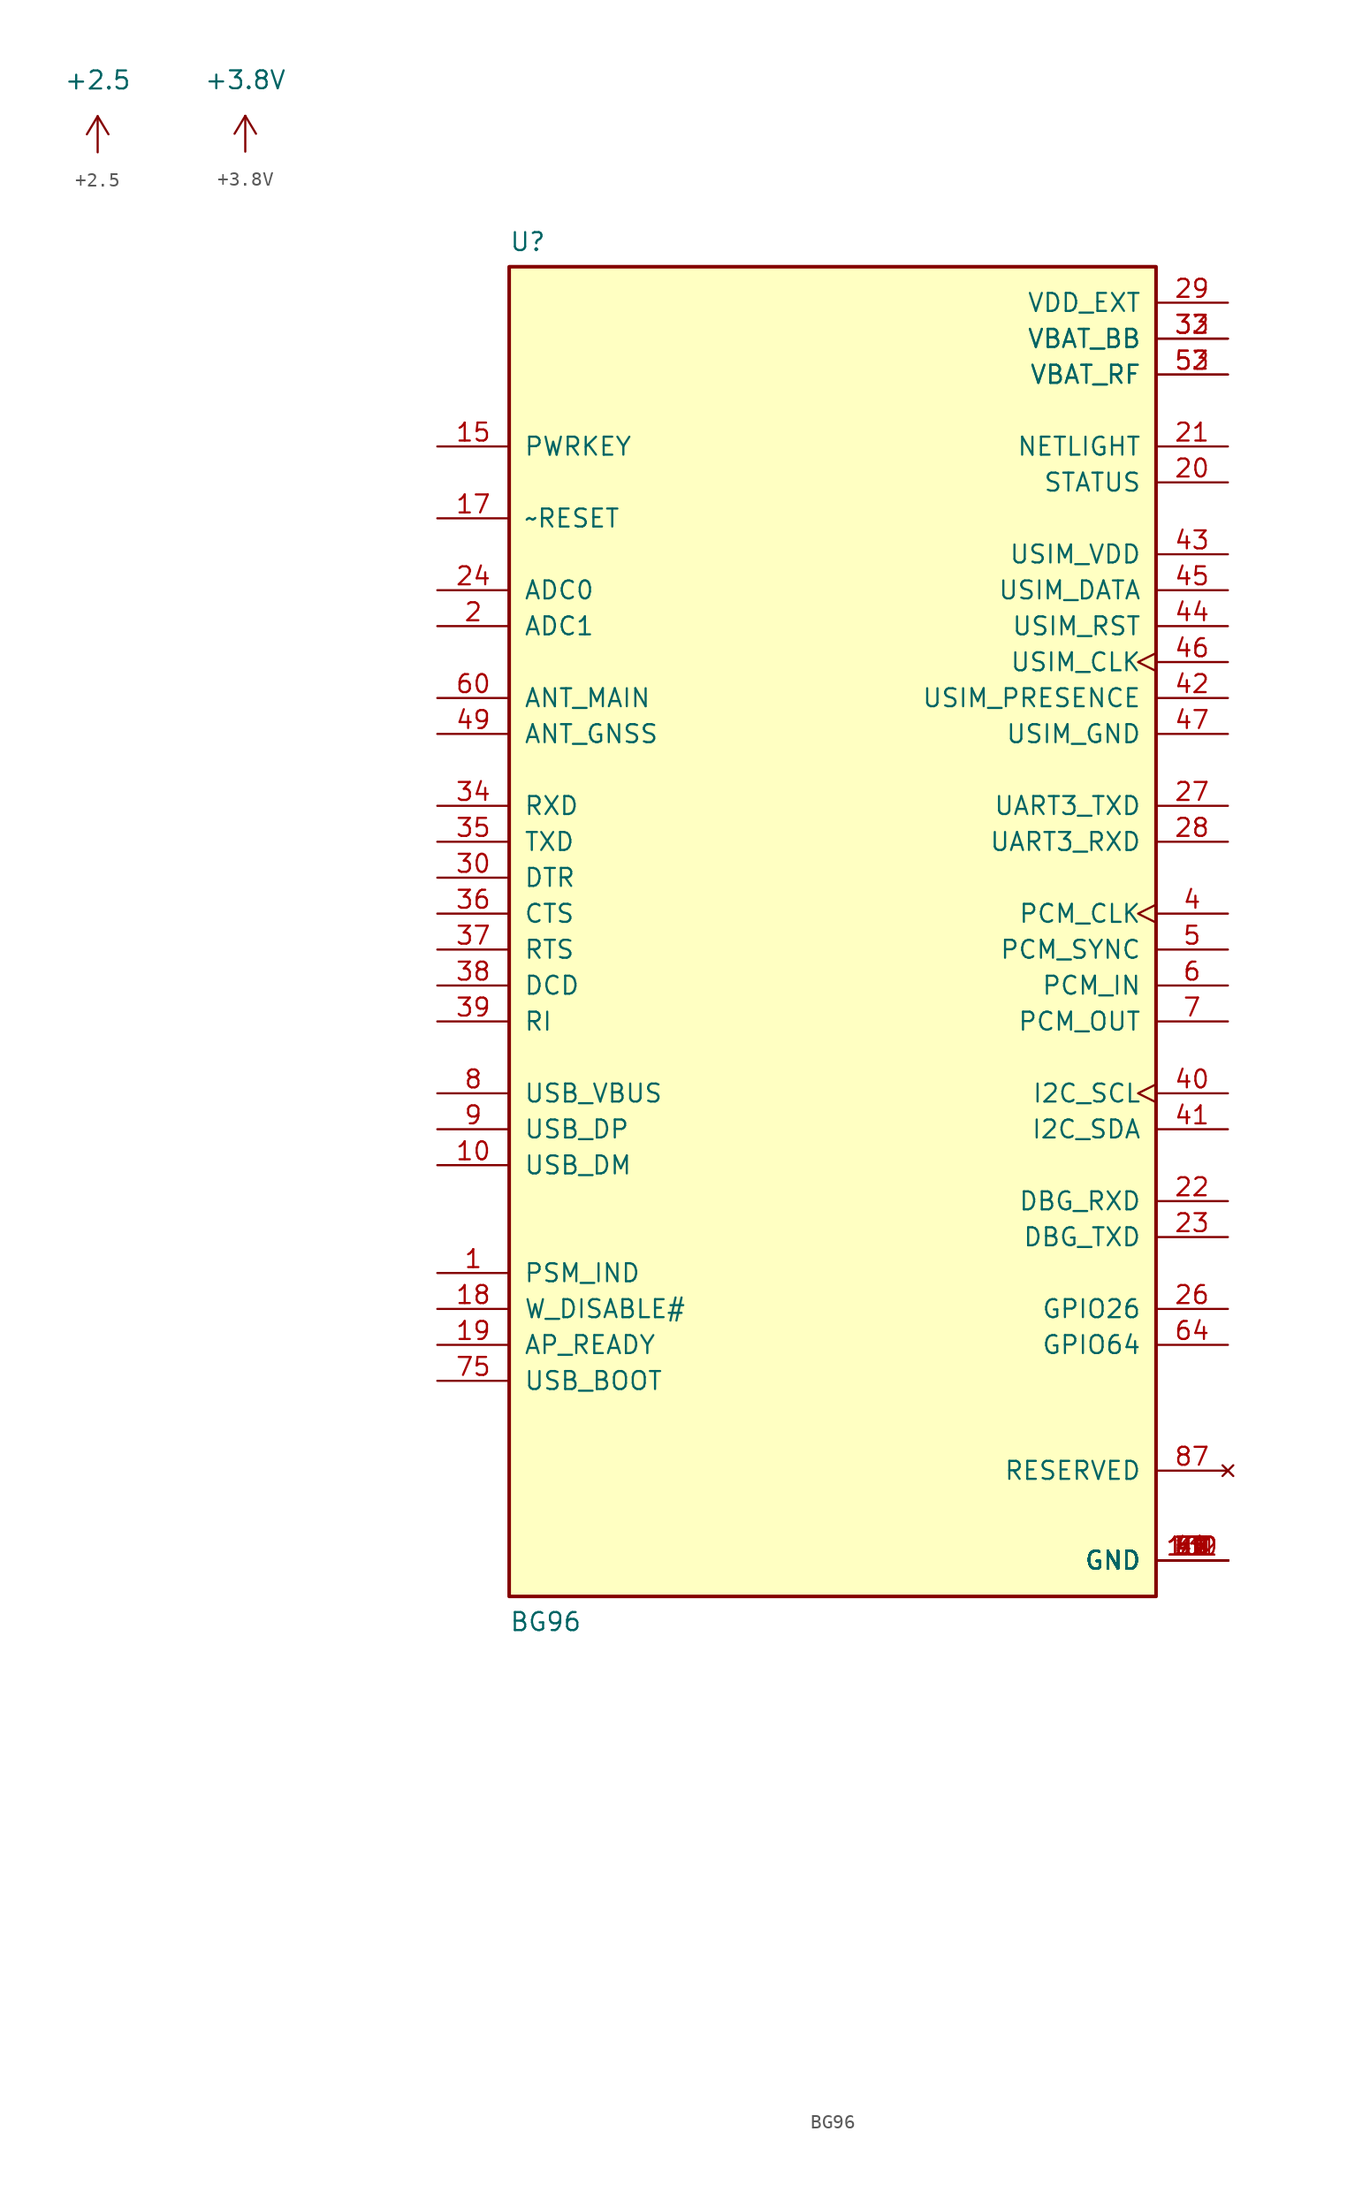
<source format=kicad_sym>
(kicad_symbol_lib
  (version 20211014)
  (generator kicad_symbol_editor)
  (symbol "+2.5"
    (power)
    (pin_names
      (offset 0))
    (property "Reference" "#PWR?"
      (at 0 -3.81 0)
      (effects (font (size 1.27 1.27)) hide))
    (property "Value" "+2.5"
      (at 0 5.08 0)
      (effects (font (size 1.27 1.27))))
    (symbol "+2.5_0_1"
      (polyline (pts (xy -0.762 1.27) (xy 0 2.54)) (stroke (width 0) (type default) (color 0 0 0 0)) (fill (type none)))
      (polyline (pts (xy 0 0) (xy 0 2.54)) (stroke (width 0) (type default) (color 0 0 0 0)) (fill (type none)))
      (polyline (pts (xy 0 2.54) (xy 0.762 1.27)) (stroke (width 0) (type default) (color 0 0 0 0)) (fill (type none))))
    (symbol "+2.5_1_1"
      (pin power_in line (at 0 0 90) (length 0) hide (name "+2V5" (effects (font (size 1.27 1.27)))) (number "1" (effects (font (size 1.27 1.27)))))))
  (symbol "+3.8V"
    (power)
    (pin_names
      (offset 0))
    (property "Reference" "#PWR0117"
      (at 0 -3.81 0)
      (effects (font (size 1.27 1.27)) hide))
    (property "Value" "+3.8V"
      (at 0 5.08 0)
      (effects (font (size 1.27 1.27))))
    (symbol "+3.8V_0_1"
      (polyline (pts (xy -0.762 1.27) (xy 0 2.54)) (stroke (width 0) (type default) (color 0 0 0 0)) (fill (type none)))
      (polyline (pts (xy 0 0) (xy 0 2.54)) (stroke (width 0) (type default) (color 0 0 0 0)) (fill (type none)))
      (polyline (pts (xy 0 2.54) (xy 0.762 1.27)) (stroke (width 0) (type default) (color 0 0 0 0)) (fill (type none))))
    (symbol "+3.8V_1_1"
      (pin power_in line (at 0 0 90) (length 0) hide (name "+3V3" (effects (font (size 1.27 1.27)))) (number "1" (effects (font (size 1.27 1.27)))))))
  (symbol "BG96"
    (pin_names
      (offset 1.016))
    (property "Reference" "U"
      (at -22.86 46.736 0)
      (effects (font (size 1.27 1.27)) (justify left bottom)))
    (property "Value" "BG96"
      (at -22.86 -50.8 0)
      (effects (font (size 1.27 1.27)) (justify left bottom)))
    (symbol "BG96_0_0"
      (rectangle (start -22.86 -48.26) (end 22.86 45.72) (stroke (width 0.254) (type default) (color 0 0 0 0)) (fill (type background)))
      (pin output line (at -27.94 -25.4 0) (length 5.08) (name "PSM_IND" (effects (font (size 1.27 1.27)))) (number "1" (effects (font (size 1.27 1.27)))))
      (pin bidirectional line (at -27.94 -17.78 0) (length 5.08) (name "USB_DM" (effects (font (size 1.27 1.27)))) (number "10" (effects (font (size 1.27 1.27)))))
      (pin power_in line (at 27.94 -45.72 180) (length 5.08) (name "GND" (effects (font (size 1.27 1.27)))) (number "100" (effects (font (size 1.27 1.27)))))
      (pin power_in line (at 27.94 -45.72 180) (length 5.08) (name "GND" (effects (font (size 1.27 1.27)))) (number "101" (effects (font (size 1.27 1.27)))))
      (pin power_in line (at 27.94 -45.72 180) (length 5.08) (name "GND" (effects (font (size 1.27 1.27)))) (number "102" (effects (font (size 1.27 1.27)))))
      (pin no_connect line (at 27.94 -50.8 180) (length 5.08) hide (name "RESERVED" (effects (font (size 1.27 1.27)))) (number "11" (effects (font (size 1.27 1.27)))))
      (pin no_connect line (at 27.94 -52.07 180) (length 5.08) hide (name "RESERVED" (effects (font (size 1.27 1.27)))) (number "12" (effects (font (size 1.27 1.27)))))
      (pin no_connect line (at 27.94 -53.34 180) (length 5.08) hide (name "RESERVED" (effects (font (size 1.27 1.27)))) (number "13" (effects (font (size 1.27 1.27)))))
      (pin no_connect line (at 27.94 -54.61 180) (length 5.08) hide (name "RESERVED" (effects (font (size 1.27 1.27)))) (number "14" (effects (font (size 1.27 1.27)))))
      (pin input line (at -27.94 33.02 0) (length 5.08) (name "PWRKEY" (effects (font (size 1.27 1.27)))) (number "15" (effects (font (size 1.27 1.27)))))
      (pin no_connect line (at 27.94 -55.88 180) (length 5.08) hide (name "RESERVED" (effects (font (size 1.27 1.27)))) (number "16" (effects (font (size 1.27 1.27)))))
      (pin input line (at -27.94 27.94 0) (length 5.08) (name "~RESET" (effects (font (size 1.27 1.27)))) (number "17" (effects (font (size 1.27 1.27)))))
      (pin input line (at -27.94 -27.94 0) (length 5.08) (name "W_DISABLE#" (effects (font (size 1.27 1.27)))) (number "18" (effects (font (size 1.27 1.27)))))
      (pin input line (at -27.94 -30.48 0) (length 5.08) (name "AP_READY" (effects (font (size 1.27 1.27)))) (number "19" (effects (font (size 1.27 1.27)))))
      (pin input line (at -27.94 20.32 0) (length 5.08) (name "ADC1" (effects (font (size 1.27 1.27)))) (number "2" (effects (font (size 1.27 1.27)))))
      (pin output line (at 27.94 30.48 180) (length 5.08) (name "STATUS" (effects (font (size 1.27 1.27)))) (number "20" (effects (font (size 1.27 1.27)))))
      (pin output line (at 27.94 33.02 180) (length 5.08) (name "NETLIGHT" (effects (font (size 1.27 1.27)))) (number "21" (effects (font (size 1.27 1.27)))))
      (pin input line (at 27.94 -20.32 180) (length 5.08) (name "DBG_RXD" (effects (font (size 1.27 1.27)))) (number "22" (effects (font (size 1.27 1.27)))))
      (pin output line (at 27.94 -22.86 180) (length 5.08) (name "DBG_TXD" (effects (font (size 1.27 1.27)))) (number "23" (effects (font (size 1.27 1.27)))))
      (pin input line (at -27.94 22.86 0) (length 5.08) (name "ADC0" (effects (font (size 1.27 1.27)))) (number "24" (effects (font (size 1.27 1.27)))))
      (pin no_connect line (at 27.94 -57.15 180) (length 5.08) hide (name "RESERVED" (effects (font (size 1.27 1.27)))) (number "25" (effects (font (size 1.27 1.27)))))
      (pin bidirectional line (at 27.94 -27.94 180) (length 5.08) (name "GPIO26" (effects (font (size 1.27 1.27)))) (number "26" (effects (font (size 1.27 1.27)))))
      (pin output line (at 27.94 7.62 180) (length 5.08) (name "UART3_TXD" (effects (font (size 1.27 1.27)))) (number "27" (effects (font (size 1.27 1.27)))))
      (pin input line (at 27.94 5.08 180) (length 5.08) (name "UART3_RXD" (effects (font (size 1.27 1.27)))) (number "28" (effects (font (size 1.27 1.27)))))
      (pin power_in line (at 27.94 43.18 180) (length 5.08) (name "VDD_EXT" (effects (font (size 1.27 1.27)))) (number "29" (effects (font (size 1.27 1.27)))))
      (pin power_in line (at 27.94 -45.72 180) (length 5.08) (name "GND" (effects (font (size 1.27 1.27)))) (number "3" (effects (font (size 1.27 1.27)))))
      (pin input line (at -27.94 2.54 0) (length 5.08) (name "DTR" (effects (font (size 1.27 1.27)))) (number "30" (effects (font (size 1.27 1.27)))))
      (pin power_in line (at 27.94 -45.72 180) (length 5.08) (name "GND" (effects (font (size 1.27 1.27)))) (number "31" (effects (font (size 1.27 1.27)))))
      (pin power_in line (at 27.94 40.64 180) (length 5.08) (name "VBAT_BB" (effects (font (size 1.27 1.27)))) (number "32" (effects (font (size 1.27 1.27)))))
      (pin power_in line (at 27.94 40.64 180) (length 5.08) (name "VBAT_BB" (effects (font (size 1.27 1.27)))) (number "33" (effects (font (size 1.27 1.27)))))
      (pin input line (at -27.94 7.62 0) (length 5.08) (name "RXD" (effects (font (size 1.27 1.27)))) (number "34" (effects (font (size 1.27 1.27)))))
      (pin output line (at -27.94 5.08 0) (length 5.08) (name "TXD" (effects (font (size 1.27 1.27)))) (number "35" (effects (font (size 1.27 1.27)))))
      (pin output line (at -27.94 0 0) (length 5.08) (name "CTS" (effects (font (size 1.27 1.27)))) (number "36" (effects (font (size 1.27 1.27)))))
      (pin input line (at -27.94 -2.54 0) (length 5.08) (name "RTS" (effects (font (size 1.27 1.27)))) (number "37" (effects (font (size 1.27 1.27)))))
      (pin output line (at -27.94 -5.08 0) (length 5.08) (name "DCD" (effects (font (size 1.27 1.27)))) (number "38" (effects (font (size 1.27 1.27)))))
      (pin output line (at -27.94 -7.62 0) (length 5.08) (name "RI" (effects (font (size 1.27 1.27)))) (number "39" (effects (font (size 1.27 1.27)))))
      (pin output clock (at 27.94 0 180) (length 5.08) (name "PCM_CLK" (effects (font (size 1.27 1.27)))) (number "4" (effects (font (size 1.27 1.27)))))
      (pin output clock (at 27.94 -12.7 180) (length 5.08) (name "I2C_SCL" (effects (font (size 1.27 1.27)))) (number "40" (effects (font (size 1.27 1.27)))))
      (pin bidirectional line (at 27.94 -15.24 180) (length 5.08) (name "I2C_SDA" (effects (font (size 1.27 1.27)))) (number "41" (effects (font (size 1.27 1.27)))))
      (pin input line (at 27.94 15.24 180) (length 5.08) (name "USIM_PRESENCE" (effects (font (size 1.27 1.27)))) (number "42" (effects (font (size 1.27 1.27)))))
      (pin power_in line (at 27.94 25.4 180) (length 5.08) (name "USIM_VDD" (effects (font (size 1.27 1.27)))) (number "43" (effects (font (size 1.27 1.27)))))
      (pin output line (at 27.94 20.32 180) (length 5.08) (name "USIM_RST" (effects (font (size 1.27 1.27)))) (number "44" (effects (font (size 1.27 1.27)))))
      (pin bidirectional line (at 27.94 22.86 180) (length 5.08) (name "USIM_DATA" (effects (font (size 1.27 1.27)))) (number "45" (effects (font (size 1.27 1.27)))))
      (pin output clock (at 27.94 17.78 180) (length 5.08) (name "USIM_CLK" (effects (font (size 1.27 1.27)))) (number "46" (effects (font (size 1.27 1.27)))))
      (pin power_in line (at 27.94 12.7 180) (length 5.08) (name "USIM_GND" (effects (font (size 1.27 1.27)))) (number "47" (effects (font (size 1.27 1.27)))))
      (pin power_in line (at 27.94 -45.72 180) (length 5.08) (name "GND" (effects (font (size 1.27 1.27)))) (number "48" (effects (font (size 1.27 1.27)))))
      (pin input line (at -27.94 12.7 0) (length 5.08) (name "ANT_GNSS" (effects (font (size 1.27 1.27)))) (number "49" (effects (font (size 1.27 1.27)))))
      (pin output line (at 27.94 -2.54 180) (length 5.08) (name "PCM_SYNC" (effects (font (size 1.27 1.27)))) (number "5" (effects (font (size 1.27 1.27)))))
      (pin power_in line (at 27.94 -45.72 180) (length 5.08) (name "GND" (effects (font (size 1.27 1.27)))) (number "50" (effects (font (size 1.27 1.27)))))
      (pin no_connect line (at 27.94 -58.42 180) (length 5.08) hide (name "RESERVED" (effects (font (size 1.27 1.27)))) (number "51" (effects (font (size 1.27 1.27)))))
      (pin power_in line (at 27.94 38.1 180) (length 5.08) (name "VBAT_RF" (effects (font (size 1.27 1.27)))) (number "52" (effects (font (size 1.27 1.27)))))
      (pin power_in line (at 27.94 38.1 180) (length 5.08) (name "VBAT_RF" (effects (font (size 1.27 1.27)))) (number "53" (effects (font (size 1.27 1.27)))))
      (pin power_in line (at 27.94 -45.72 180) (length 5.08) (name "GND" (effects (font (size 1.27 1.27)))) (number "54" (effects (font (size 1.27 1.27)))))
      (pin power_in line (at 27.94 -45.72 180) (length 5.08) (name "GND" (effects (font (size 1.27 1.27)))) (number "55" (effects (font (size 1.27 1.27)))))
      (pin no_connect line (at 27.94 -59.69 180) (length 5.08) hide (name "RESERVED" (effects (font (size 1.27 1.27)))) (number "56" (effects (font (size 1.27 1.27)))))
      (pin no_connect line (at 27.94 -60.96 180) (length 5.08) hide (name "RESERVED" (effects (font (size 1.27 1.27)))) (number "57" (effects (font (size 1.27 1.27)))))
      (pin power_in line (at 27.94 -45.72 180) (length 5.08) (name "GND" (effects (font (size 1.27 1.27)))) (number "58" (effects (font (size 1.27 1.27)))))
      (pin power_in line (at 27.94 -45.72 180) (length 5.08) (name "GND" (effects (font (size 1.27 1.27)))) (number "59" (effects (font (size 1.27 1.27)))))
      (pin input line (at 27.94 -5.08 180) (length 5.08) (name "PCM_IN" (effects (font (size 1.27 1.27)))) (number "6" (effects (font (size 1.27 1.27)))))
      (pin bidirectional line (at -27.94 15.24 0) (length 5.08) (name "ANT_MAIN" (effects (font (size 1.27 1.27)))) (number "60" (effects (font (size 1.27 1.27)))))
      (pin power_in line (at 27.94 -45.72 180) (length 5.08) (name "GND" (effects (font (size 1.27 1.27)))) (number "61" (effects (font (size 1.27 1.27)))))
      (pin power_in line (at 27.94 -45.72 180) (length 5.08) (name "GND" (effects (font (size 1.27 1.27)))) (number "62" (effects (font (size 1.27 1.27)))))
      (pin no_connect line (at 27.94 -62.23 180) (length 5.08) hide (name "RESERVED" (effects (font (size 1.27 1.27)))) (number "63" (effects (font (size 1.27 1.27)))))
      (pin bidirectional line (at 27.94 -30.48 180) (length 5.08) (name "GPIO64" (effects (font (size 1.27 1.27)))) (number "64" (effects (font (size 1.27 1.27)))))
      (pin no_connect line (at 27.94 -63.5 180) (length 5.08) hide (name "RESERVED" (effects (font (size 1.27 1.27)))) (number "65" (effects (font (size 1.27 1.27)))))
      (pin no_connect line (at 27.94 -64.77 180) (length 5.08) hide (name "RESERVED" (effects (font (size 1.27 1.27)))) (number "66" (effects (font (size 1.27 1.27)))))
      (pin power_in line (at 27.94 -45.72 180) (length 5.08) (name "GND" (effects (font (size 1.27 1.27)))) (number "67" (effects (font (size 1.27 1.27)))))
      (pin power_in line (at 27.94 -45.72 180) (length 5.08) (name "GND" (effects (font (size 1.27 1.27)))) (number "68" (effects (font (size 1.27 1.27)))))
      (pin power_in line (at 27.94 -45.72 180) (length 5.08) (name "GND" (effects (font (size 1.27 1.27)))) (number "69" (effects (font (size 1.27 1.27)))))
      (pin output line (at 27.94 -7.62 180) (length 5.08) (name "PCM_OUT" (effects (font (size 1.27 1.27)))) (number "7" (effects (font (size 1.27 1.27)))))
      (pin power_in line (at 27.94 -45.72 180) (length 5.08) (name "GND" (effects (font (size 1.27 1.27)))) (number "70" (effects (font (size 1.27 1.27)))))
      (pin power_in line (at 27.94 -45.72 180) (length 5.08) (name "GND" (effects (font (size 1.27 1.27)))) (number "71" (effects (font (size 1.27 1.27)))))
      (pin power_in line (at 27.94 -45.72 180) (length 5.08) (name "GND" (effects (font (size 1.27 1.27)))) (number "72" (effects (font (size 1.27 1.27)))))
      (pin power_in line (at 27.94 -45.72 180) (length 5.08) (name "GND" (effects (font (size 1.27 1.27)))) (number "73" (effects (font (size 1.27 1.27)))))
      (pin power_in line (at 27.94 -45.72 180) (length 5.08) (name "GND" (effects (font (size 1.27 1.27)))) (number "74" (effects (font (size 1.27 1.27)))))
      (pin input line (at -27.94 -33.02 0) (length 5.08) (name "USB_BOOT" (effects (font (size 1.27 1.27)))) (number "75" (effects (font (size 1.27 1.27)))))
      (pin no_connect line (at 27.94 -66.04 180) (length 5.08) hide (name "RESERVED" (effects (font (size 1.27 1.27)))) (number "76" (effects (font (size 1.27 1.27)))))
      (pin no_connect line (at 27.94 -67.31 180) (length 5.08) hide (name "RESERVED" (effects (font (size 1.27 1.27)))) (number "77" (effects (font (size 1.27 1.27)))))
      (pin no_connect line (at 27.94 -68.58 180) (length 5.08) hide (name "RESERVED" (effects (font (size 1.27 1.27)))) (number "78" (effects (font (size 1.27 1.27)))))
      (pin power_in line (at 27.94 -45.72 180) (length 5.08) (name "GND" (effects (font (size 1.27 1.27)))) (number "79" (effects (font (size 1.27 1.27)))))
      (pin input line (at -27.94 -12.7 0) (length 5.08) (name "USB_VBUS" (effects (font (size 1.27 1.27)))) (number "8" (effects (font (size 1.27 1.27)))))
      (pin power_in line (at 27.94 -45.72 180) (length 5.08) (name "GND" (effects (font (size 1.27 1.27)))) (number "80" (effects (font (size 1.27 1.27)))))
      (pin power_in line (at 27.94 -45.72 180) (length 5.08) (name "GND" (effects (font (size 1.27 1.27)))) (number "81" (effects (font (size 1.27 1.27)))))
      (pin power_in line (at 27.94 -45.72 180) (length 5.08) (name "GND" (effects (font (size 1.27 1.27)))) (number "82" (effects (font (size 1.27 1.27)))))
      (pin no_connect line (at 27.94 -69.85 180) (length 5.08) hide (name "RESERVED" (effects (font (size 1.27 1.27)))) (number "83" (effects (font (size 1.27 1.27)))))
      (pin no_connect line (at 27.94 -71.12 180) (length 5.08) hide (name "RESERVED" (effects (font (size 1.27 1.27)))) (number "84" (effects (font (size 1.27 1.27)))))
      (pin no_connect line (at 26.67 -72.39 180) (length 5.08) hide (name "RESERVED" (effects (font (size 1.27 1.27)))) (number "85" (effects (font (size 1.27 1.27)))))
      (pin no_connect line (at 6.35 -50.8 180) (length 5.08) hide (name "RESERVED" (effects (font (size 1.27 1.27)))) (number "86" (effects (font (size 1.27 1.27)))))
      (pin no_connect line (at 27.94 -39.37 180) (length 5.08) (name "RESERVED" (effects (font (size 1.27 1.27)))) (number "87" (effects (font (size 1.27 1.27)))))
      (pin no_connect line (at 6.35 -52.07 180) (length 5.08) hide (name "RESERVED" (effects (font (size 1.27 1.27)))) (number "88" (effects (font (size 1.27 1.27)))))
      (pin power_in line (at 27.94 -45.72 180) (length 5.08) (name "GND" (effects (font (size 1.27 1.27)))) (number "89" (effects (font (size 1.27 1.27)))))
      (pin bidirectional line (at -27.94 -15.24 0) (length 5.08) (name "USB_DP" (effects (font (size 1.27 1.27)))) (number "9" (effects (font (size 1.27 1.27)))))
      (pin power_in line (at 27.94 -45.72 180) (length 5.08) (name "GND" (effects (font (size 1.27 1.27)))) (number "90" (effects (font (size 1.27 1.27)))))
      (pin power_in line (at 27.94 -45.72 180) (length 5.08) (name "GND" (effects (font (size 1.27 1.27)))) (number "91" (effects (font (size 1.27 1.27)))))
      (pin no_connect line (at 6.35 -53.34 180) (length 5.08) hide (name "RESERVED" (effects (font (size 1.27 1.27)))) (number "92" (effects (font (size 1.27 1.27)))))
      (pin no_connect line (at 6.35 -54.61 180) (length 5.08) hide (name "RESERVED" (effects (font (size 1.27 1.27)))) (number "93" (effects (font (size 1.27 1.27)))))
      (pin no_connect line (at 6.35 -55.88 180) (length 5.08) hide (name "RESERVED" (effects (font (size 1.27 1.27)))) (number "94" (effects (font (size 1.27 1.27)))))
      (pin no_connect line (at 6.35 -57.15 180) (length 5.08) hide (name "RESERVED" (effects (font (size 1.27 1.27)))) (number "95" (effects (font (size 1.27 1.27)))))
      (pin no_connect line (at 6.35 -58.42 180) (length 5.08) hide (name "RESERVED" (effects (font (size 1.27 1.27)))) (number "96" (effects (font (size 1.27 1.27)))))
      (pin no_connect line (at 6.35 -59.69 180) (length 5.08) hide (name "RESERVED" (effects (font (size 1.27 1.27)))) (number "97" (effects (font (size 1.27 1.27)))))
      (pin no_connect line (at 6.35 -60.96 180) (length 5.08) hide (name "RESERVED" (effects (font (size 1.27 1.27)))) (number "98" (effects (font (size 1.27 1.27)))))
      (pin no_connect line (at 6.35 -62.23 180) (length 5.08) hide (name "RESERVED" (effects (font (size 1.27 1.27)))) (number "99" (effects (font (size 1.27 1.27))))))))
</source>
